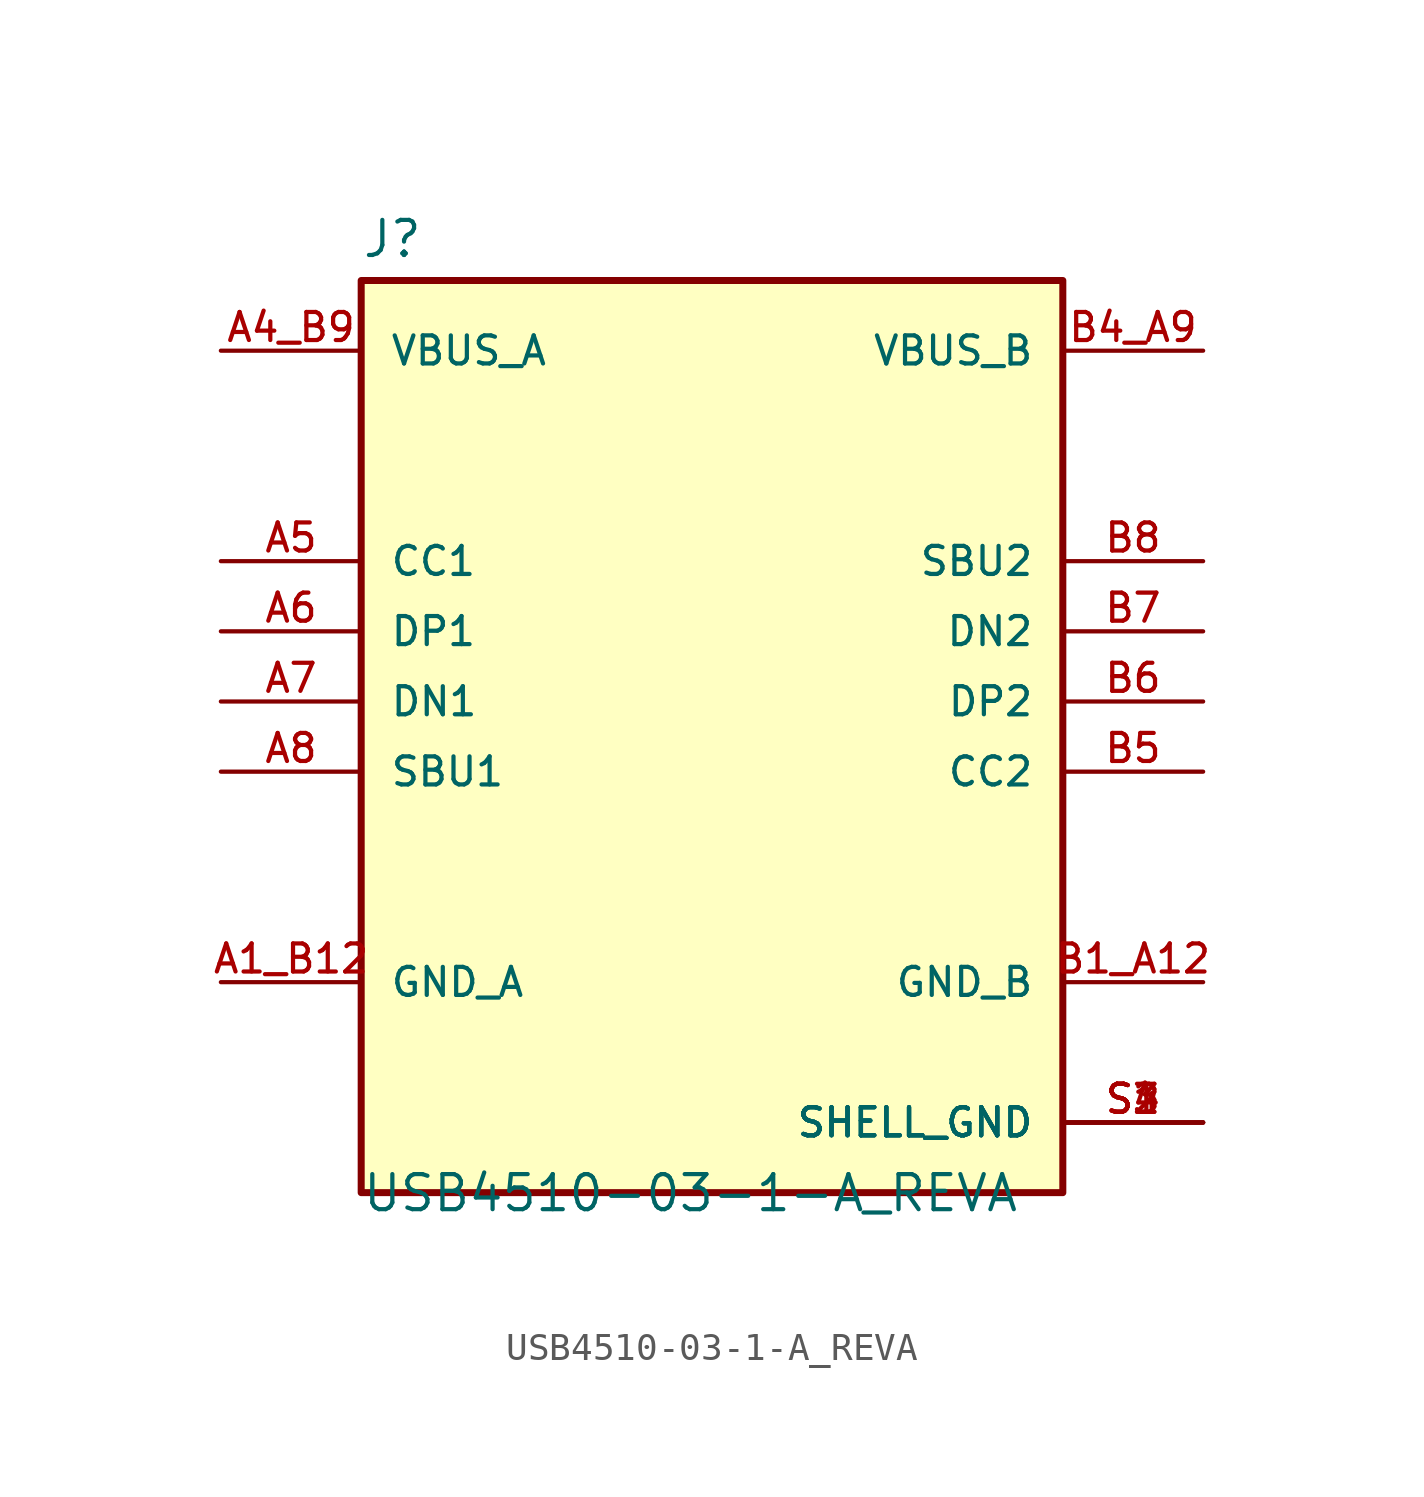
<source format=kicad_sym>
(kicad_symbol_lib
  (version 20211014)
  (generator kicad_symbol_editor)
  (symbol "USB4510-03-1-A_REVA"
    (pin_names
      (offset 1.016))
    (property "Reference" "J"
      (at -12.7 16.002 0)
      (effects (font (size 1.27 1.27)) (justify left bottom)))
    (property "Value" "USB4510-03-1-A_REVA"
      (at -12.7 -18.542 0)
      (effects (font (size 1.27 1.27)) (justify left bottom)))
    (property "ki_locked" ""
      (at 0 0 0)
      (effects (font (size 1.27 1.27))))
    (symbol "USB4510-03-1-A_REVA_0_0"
      (rectangle (start -12.7 -17.78) (end 12.7 15.24) (stroke (width 0.254) (type default) (color 0 0 0 0)) (fill (type background)))
      (pin power_in line (at -17.78 -10.16 0) (length 5.08) (name "GND_A" (effects (font (size 1.016 1.016)))) (number "A1_B12" (effects (font (size 1.016 1.016)))))
      (pin power_in line (at -17.78 12.7 0) (length 5.08) (name "VBUS_A" (effects (font (size 1.016 1.016)))) (number "A4_B9" (effects (font (size 1.016 1.016)))))
      (pin bidirectional line (at -17.78 5.08 0) (length 5.08) (name "CC1" (effects (font (size 1.016 1.016)))) (number "A5" (effects (font (size 1.016 1.016)))))
      (pin bidirectional line (at -17.78 2.54 0) (length 5.08) (name "DP1" (effects (font (size 1.016 1.016)))) (number "A6" (effects (font (size 1.016 1.016)))))
      (pin bidirectional line (at -17.78 0 0) (length 5.08) (name "DN1" (effects (font (size 1.016 1.016)))) (number "A7" (effects (font (size 1.016 1.016)))))
      (pin bidirectional line (at -17.78 -2.54 0) (length 5.08) (name "SBU1" (effects (font (size 1.016 1.016)))) (number "A8" (effects (font (size 1.016 1.016)))))
      (pin power_in line (at 17.78 -10.16 180) (length 5.08) (name "GND_B" (effects (font (size 1.016 1.016)))) (number "B1_A12" (effects (font (size 1.016 1.016)))))
      (pin power_in line (at 17.78 12.7 180) (length 5.08) (name "VBUS_B" (effects (font (size 1.016 1.016)))) (number "B4_A9" (effects (font (size 1.016 1.016)))))
      (pin bidirectional line (at 17.78 -2.54 180) (length 5.08) (name "CC2" (effects (font (size 1.016 1.016)))) (number "B5" (effects (font (size 1.016 1.016)))))
      (pin bidirectional line (at 17.78 0 180) (length 5.08) (name "DP2" (effects (font (size 1.016 1.016)))) (number "B6" (effects (font (size 1.016 1.016)))))
      (pin bidirectional line (at 17.78 2.54 180) (length 5.08) (name "DN2" (effects (font (size 1.016 1.016)))) (number "B7" (effects (font (size 1.016 1.016)))))
      (pin bidirectional line (at 17.78 5.08 180) (length 5.08) (name "SBU2" (effects (font (size 1.016 1.016)))) (number "B8" (effects (font (size 1.016 1.016)))))
      (pin power_in line (at 17.78 -15.24 180) (length 5.08) (name "SHELL_GND" (effects (font (size 1.016 1.016)))) (number "S1" (effects (font (size 1.016 1.016)))))
      (pin power_in line (at 17.78 -15.24 180) (length 5.08) (name "SHELL_GND" (effects (font (size 1.016 1.016)))) (number "S2" (effects (font (size 1.016 1.016)))))
      (pin power_in line (at 17.78 -15.24 180) (length 5.08) (name "SHELL_GND" (effects (font (size 1.016 1.016)))) (number "S3" (effects (font (size 1.016 1.016)))))
      (pin power_in line (at 17.78 -15.24 180) (length 5.08) (name "SHELL_GND" (effects (font (size 1.016 1.016)))) (number "S4" (effects (font (size 1.016 1.016))))))))
</source>
